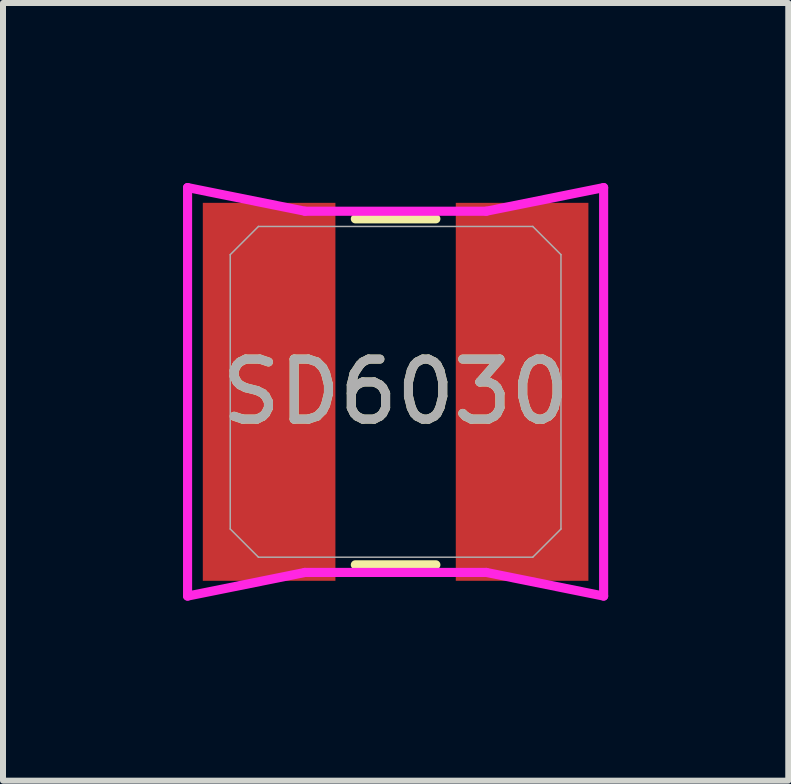
<source format=kicad_pcb>
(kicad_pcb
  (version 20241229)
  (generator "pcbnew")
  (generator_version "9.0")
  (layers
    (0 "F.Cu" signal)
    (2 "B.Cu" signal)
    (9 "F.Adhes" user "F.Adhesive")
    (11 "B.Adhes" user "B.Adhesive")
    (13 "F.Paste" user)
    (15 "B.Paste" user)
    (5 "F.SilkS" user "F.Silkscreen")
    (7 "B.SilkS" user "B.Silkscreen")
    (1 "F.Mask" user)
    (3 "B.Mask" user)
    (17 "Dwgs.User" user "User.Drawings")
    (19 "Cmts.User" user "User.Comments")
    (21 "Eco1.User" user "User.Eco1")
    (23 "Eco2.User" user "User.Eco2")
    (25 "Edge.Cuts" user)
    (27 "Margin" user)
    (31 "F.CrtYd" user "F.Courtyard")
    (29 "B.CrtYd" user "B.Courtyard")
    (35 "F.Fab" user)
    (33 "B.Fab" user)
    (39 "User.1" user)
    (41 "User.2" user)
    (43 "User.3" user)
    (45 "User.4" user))
  (footprint "SD6030"
    (layer "F.Cu")
    (at 3.543 3.48)
    (property "Reference" "SD6030" (at 0 0 0) (unlocked yes) (layer "F.SilkS") (effects (font (size 1 1) (thickness 0.15))))
    (attr smd)
    (fp_line (start -0.671 -2.883) (end 0.671 -2.883) (stroke (width 0.152) (type solid)) (layer "F.SilkS"))
    (fp_line (start 0.671 2.883) (end -0.671 2.883) (stroke (width 0.152) (type solid)) (layer "F.SilkS"))
    (fp_line (start -3.467 -3.404) (end -1.511 -3.01) (stroke (width 0.152) (type solid)) (layer "F.CrtYd"))
    (fp_line (start -3.467 3.404) (end -3.467 -3.404) (stroke (width 0.152) (type solid)) (layer "F.CrtYd"))
    (fp_line (start -1.511 -3.01) (end 1.511 -3.01) (stroke (width 0.152) (type solid)) (layer "F.CrtYd"))
    (fp_line (start -1.511 3.01) (end -3.467 3.404) (stroke (width 0.152) (type solid)) (layer "F.CrtYd"))
    (fp_line (start 1.511 -3.01) (end 3.467 -3.404) (stroke (width 0.152) (type solid)) (layer "F.CrtYd"))
    (fp_line (start 1.511 3.01) (end -1.511 3.01) (stroke (width 0.152) (type solid)) (layer "F.CrtYd"))
    (fp_line (start 3.467 -3.404) (end 3.467 3.404) (stroke (width 0.152) (type solid)) (layer "F.CrtYd"))
    (fp_line (start 3.467 3.404) (end 1.511 3.01) (stroke (width 0.152) (type solid)) (layer "F.CrtYd"))
    (fp_line (start -2.756 -2.286) (end -2.286 -2.756) (stroke (width 0.025) (type solid)) (layer "F.Fab"))
    (fp_line (start -2.756 2.286) (end -2.756 -2.286) (stroke (width 0.025) (type solid)) (layer "F.Fab"))
    (fp_line (start -2.286 -2.756) (end 2.286 -2.756) (stroke (width 0.025) (type solid)) (layer "F.Fab"))
    (fp_line (start -2.286 2.756) (end -2.756 2.286) (stroke (width 0.025) (type solid)) (layer "F.Fab"))
    (fp_line (start 2.286 -2.756) (end 2.756 -2.286) (stroke (width 0.025) (type solid)) (layer "F.Fab"))
    (fp_line (start 2.286 2.756) (end -2.286 2.756) (stroke (width 0.025) (type solid)) (layer "F.Fab"))
    (fp_line (start 2.756 -2.286) (end 2.756 2.286) (stroke (width 0.025) (type solid)) (layer "F.Fab"))
    (fp_line (start 2.756 2.286) (end 2.286 2.756) (stroke (width 0.025) (type solid)) (layer "F.Fab"))
    (fp_text user "${REFERENCE}" (at 0 0 0) (unlocked yes) (layer "F.Fab") (effects (font (size 1 1) (thickness 0.15))))
    (pad "1" smd rect (at -2.108 0) (size 2.21 6.299) (layers "F.Cu" "F.Mask" "F.Paste"))
    (pad "2" smd rect (at 2.108 0) (size 2.21 6.299) (layers "F.Cu" "F.Mask" "F.Paste"))
    (zone (net_name "") (layer "F.Cu") (hatch full 0.508) (connect_pads) (min_thickness 0.254) (filled_areas_thickness no) (keepout (tracks not_allowed) (vias not_allowed) (pads allowed) (copperpour not_allowed) (footprints allowed)) (placement (enabled no)) (fill) (polygon (pts (xy 2.591 0.381) (xy 4.496 0.381) (xy 4.496 6.579) (xy 2.591 6.579)))))
  (gr_rect
    (start -3 -3)
    (end 10.087 9.96)
    (stroke (width 0.1) (type default))
    (fill no)
    (layer "Edge.Cuts")))
</source>
